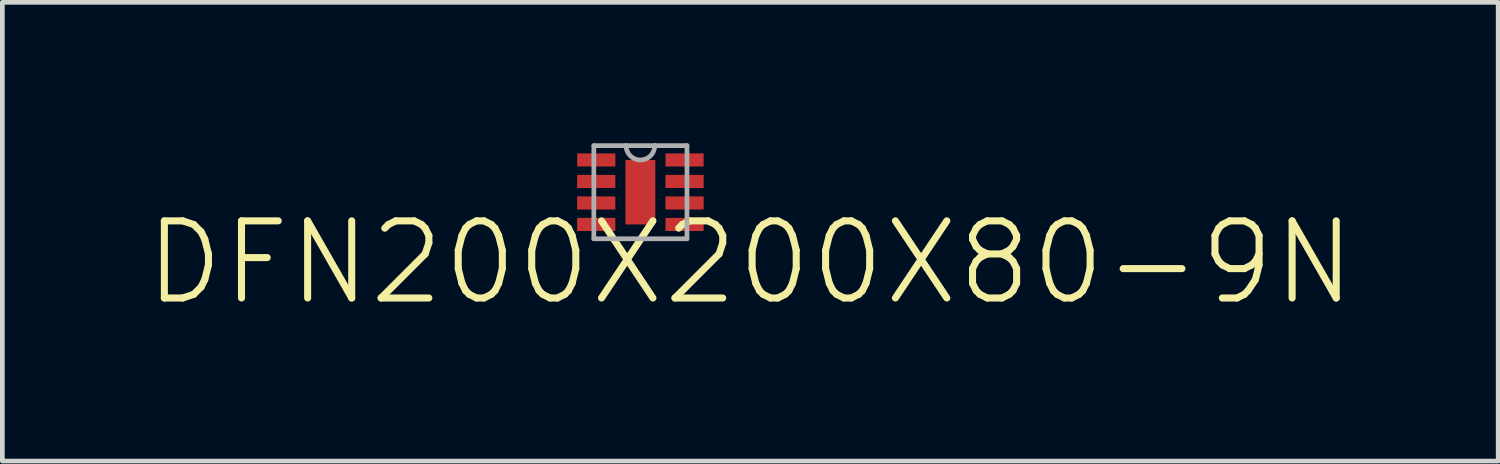
<source format=kicad_pcb>
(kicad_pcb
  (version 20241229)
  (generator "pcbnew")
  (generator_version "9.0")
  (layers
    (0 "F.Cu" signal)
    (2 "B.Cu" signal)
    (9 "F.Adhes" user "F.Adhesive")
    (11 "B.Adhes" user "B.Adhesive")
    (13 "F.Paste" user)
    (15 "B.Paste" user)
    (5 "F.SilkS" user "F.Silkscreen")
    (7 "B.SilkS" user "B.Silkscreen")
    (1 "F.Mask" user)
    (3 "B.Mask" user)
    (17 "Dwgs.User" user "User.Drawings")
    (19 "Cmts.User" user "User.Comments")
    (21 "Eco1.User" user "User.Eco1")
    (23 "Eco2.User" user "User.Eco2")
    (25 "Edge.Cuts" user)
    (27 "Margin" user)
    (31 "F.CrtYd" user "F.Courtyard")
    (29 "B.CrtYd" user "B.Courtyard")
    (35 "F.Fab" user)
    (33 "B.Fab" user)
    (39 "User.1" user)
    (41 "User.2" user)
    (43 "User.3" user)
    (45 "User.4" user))
  (footprint "DFN200X200X80-9N"
    (layer "F.Cu")
    (at 10.581 1.041)
    (property "Reference" "DFN200X200X80-9N" (at 2.339 1.5 0) (layer "F.SilkS") (effects (font (size 1.642 1.642) (thickness 0.15))))
    (attr smd)
    (fp_line (start -0.991 -0.991) (end -0.991 0.991) (stroke (width 0.1) (type solid)) (layer "F.Fab"))
    (fp_line (start -0.991 0.991) (end 0.991 0.991) (stroke (width 0.1) (type solid)) (layer "F.Fab"))
    (fp_line (start -0.305 -0.991) (end -0.991 -0.991) (stroke (width 0.1) (type solid)) (layer "F.Fab"))
    (fp_line (start 0.305 -0.991) (end -0.305 -0.991) (stroke (width 0.1) (type solid)) (layer "F.Fab"))
    (fp_line (start 0.991 -0.991) (end 0.305 -0.991) (stroke (width 0.1) (type solid)) (layer "F.Fab"))
    (fp_line (start 0.991 0.991) (end 0.991 -0.991) (stroke (width 0.1) (type solid)) (layer "F.Fab"))
    (fp_arc (start 0.3048 -0.9906) (mid 0 -0.6858) (end -0.3048 -0.9906) (stroke (width 0.1) (type solid)) (layer "F.Fab"))
    (pad "1" smd rect (at -0.94 -0.686) (size 0.813 0.279) (layers "F.Cu" "F.Mask" "F.Paste"))
    (pad "2" smd rect (at -0.94 -0.229) (size 0.813 0.279) (layers "F.Cu" "F.Mask" "F.Paste"))
    (pad "3" smd rect (at -0.94 0.229) (size 0.813 0.279) (layers "F.Cu" "F.Mask" "F.Paste"))
    (pad "4" smd rect (at -0.94 0.686) (size 0.813 0.279) (layers "F.Cu" "F.Mask" "F.Paste"))
    (pad "5" smd rect (at 0.94 0.686) (size 0.813 0.279) (layers "F.Cu" "F.Mask" "F.Paste"))
    (pad "6" smd rect (at 0.94 0.229) (size 0.813 0.279) (layers "F.Cu" "F.Mask" "F.Paste"))
    (pad "7" smd rect (at 0.94 -0.229) (size 0.813 0.279) (layers "F.Cu" "F.Mask" "F.Paste"))
    (pad "8" smd rect (at 0.94 -0.686) (size 0.813 0.279) (layers "F.Cu" "F.Mask" "F.Paste"))
    (pad "9" smd rect (at 0 0) (size 0.635 1.372) (layers "F.Cu" "F.Mask" "F.Paste")))
  (gr_rect
    (start -3 -3)
    (end 28.839 6.764)
    (stroke (width 0.1) (type default))
    (fill no)
    (layer "Edge.Cuts")))
</source>
